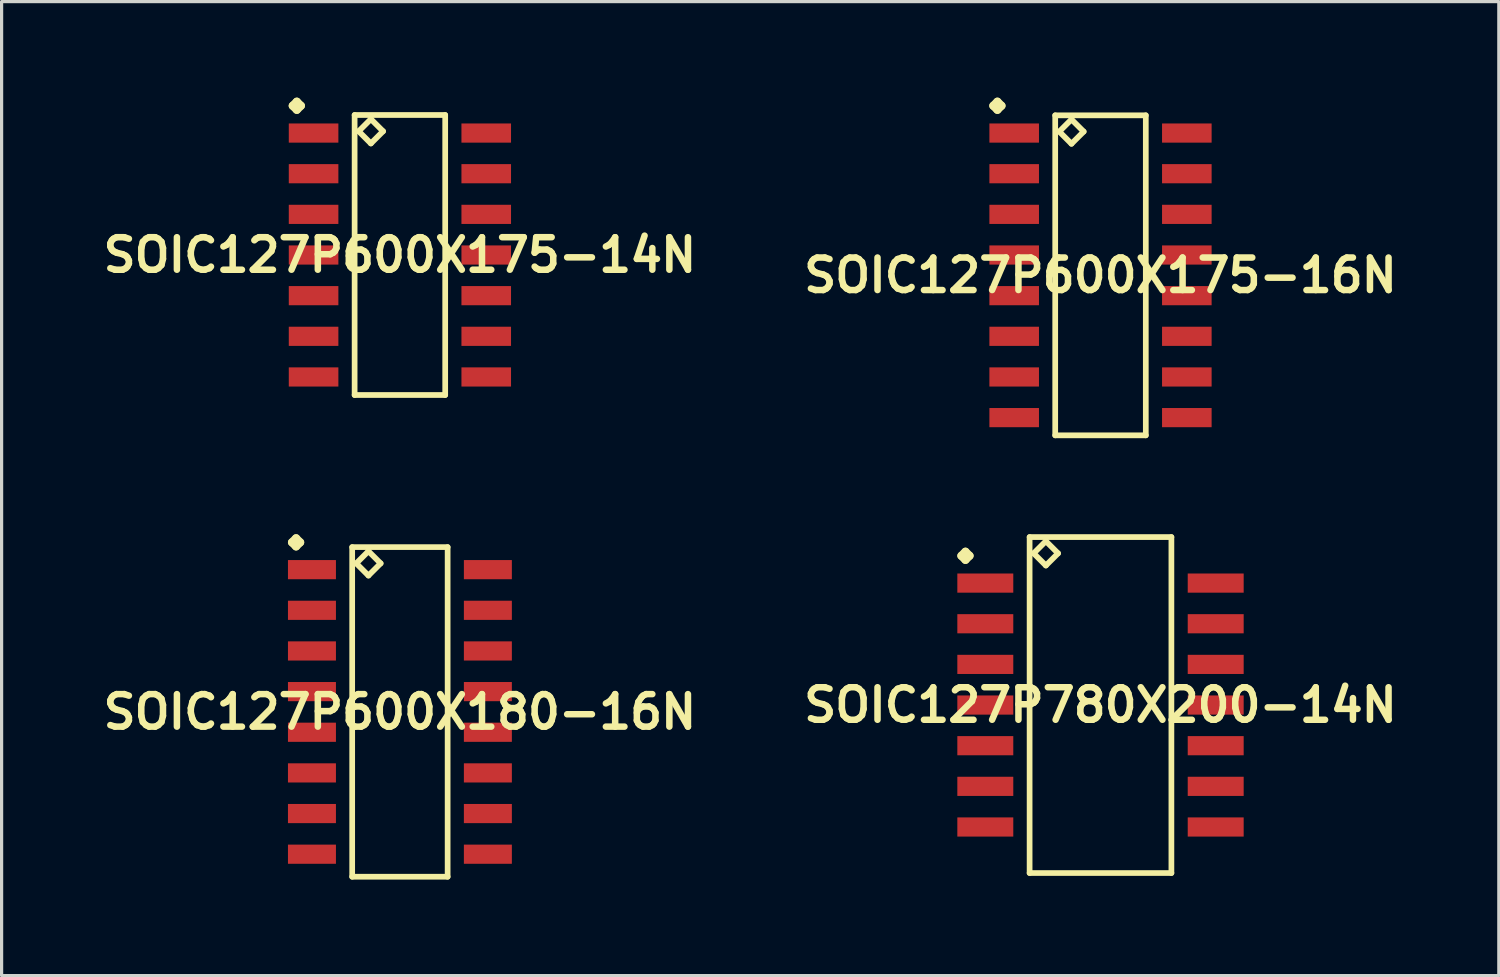
<source format=kicad_pcb>
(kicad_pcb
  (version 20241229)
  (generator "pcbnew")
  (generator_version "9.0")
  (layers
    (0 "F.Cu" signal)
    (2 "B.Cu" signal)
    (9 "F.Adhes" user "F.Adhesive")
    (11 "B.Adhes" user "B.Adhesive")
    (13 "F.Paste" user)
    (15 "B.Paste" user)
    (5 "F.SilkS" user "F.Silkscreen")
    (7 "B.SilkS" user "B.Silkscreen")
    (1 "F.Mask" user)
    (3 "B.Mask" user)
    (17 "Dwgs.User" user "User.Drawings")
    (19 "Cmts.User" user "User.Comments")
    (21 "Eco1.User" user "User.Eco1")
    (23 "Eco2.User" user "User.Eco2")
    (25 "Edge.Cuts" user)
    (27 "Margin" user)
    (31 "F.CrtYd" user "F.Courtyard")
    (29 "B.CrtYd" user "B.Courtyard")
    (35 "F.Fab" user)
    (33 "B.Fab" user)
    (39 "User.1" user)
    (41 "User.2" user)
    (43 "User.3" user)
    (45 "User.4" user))
  (footprint "SOIC127P600X180-16N"
    (layer "F.Cu")
    (at 9.444 19.192)
    (property "Reference" "SOIC127P600X180-16N" (at 0 0 0) (layer "F.SilkS") (effects (font (size 1.016 1.016) (thickness 0.203))))
    (attr smd)
    (fp_line (start -3.371 -5.298) (end -3.244 -5.425) (stroke (width 0.254) (type solid)) (layer "F.SilkS"))
    (fp_line (start -3.244 -5.425) (end -3.117 -5.298) (stroke (width 0.254) (type solid)) (layer "F.SilkS"))
    (fp_line (start -3.244 -5.171) (end -3.371 -5.298) (stroke (width 0.254) (type solid)) (layer "F.SilkS"))
    (fp_line (start -3.117 -5.298) (end -3.244 -5.171) (stroke (width 0.254) (type solid)) (layer "F.SilkS"))
    (fp_line (start -1.491 -5.149) (end -1.491 5.149) (stroke (width 0.178) (type solid)) (layer "F.SilkS"))
    (fp_line (start -1.491 5.149) (end 1.491 5.149) (stroke (width 0.178) (type solid)) (layer "F.SilkS"))
    (fp_line (start -1.364 -4.641) (end -0.983 -5.022) (stroke (width 0.178) (type solid)) (layer "F.SilkS"))
    (fp_line (start -0.983 -5.022) (end -0.602 -4.641) (stroke (width 0.178) (type solid)) (layer "F.SilkS"))
    (fp_line (start -0.983 -4.26) (end -1.364 -4.641) (stroke (width 0.178) (type solid)) (layer "F.SilkS"))
    (fp_line (start -0.602 -4.641) (end -0.983 -4.26) (stroke (width 0.178) (type solid)) (layer "F.SilkS"))
    (fp_line (start 1.491 -5.149) (end -1.491 -5.149) (stroke (width 0.178) (type solid)) (layer "F.SilkS"))
    (fp_line (start 1.491 5.149) (end 1.491 -5.149) (stroke (width 0.178) (type solid)) (layer "F.SilkS"))
    (pad "1" smd rect (at -2.748 -4.445) (size 1.499 0.599) (layers "F.Cu" "F.Mask" "F.Paste"))
    (pad "2" smd rect (at -2.748 -3.175) (size 1.499 0.599) (layers "F.Cu" "F.Mask" "F.Paste"))
    (pad "3" smd rect (at -2.748 -1.905) (size 1.499 0.599) (layers "F.Cu" "F.Mask" "F.Paste"))
    (pad "4" smd rect (at -2.748 -0.635) (size 1.499 0.599) (layers "F.Cu" "F.Mask" "F.Paste"))
    (pad "5" smd rect (at -2.748 0.635) (size 1.499 0.599) (layers "F.Cu" "F.Mask" "F.Paste"))
    (pad "6" smd rect (at -2.748 1.905) (size 1.499 0.599) (layers "F.Cu" "F.Mask" "F.Paste"))
    (pad "7" smd rect (at -2.748 3.175) (size 1.499 0.599) (layers "F.Cu" "F.Mask" "F.Paste"))
    (pad "8" smd rect (at -2.748 4.445) (size 1.499 0.599) (layers "F.Cu" "F.Mask" "F.Paste"))
    (pad "9" smd rect (at 2.748 4.445) (size 1.499 0.599) (layers "F.Cu" "F.Mask" "F.Paste"))
    (pad "10" smd rect (at 2.748 3.175) (size 1.499 0.599) (layers "F.Cu" "F.Mask" "F.Paste"))
    (pad "11" smd rect (at 2.748 1.905) (size 1.499 0.599) (layers "F.Cu" "F.Mask" "F.Paste"))
    (pad "12" smd rect (at 2.748 0.635) (size 1.499 0.599) (layers "F.Cu" "F.Mask" "F.Paste"))
    (pad "13" smd rect (at 2.748 -0.635) (size 1.499 0.599) (layers "F.Cu" "F.Mask" "F.Paste"))
    (pad "14" smd rect (at 2.748 -1.905) (size 1.499 0.599) (layers "F.Cu" "F.Mask" "F.Paste"))
    (pad "15" smd rect (at 2.748 -3.175) (size 1.499 0.599) (layers "F.Cu" "F.Mask" "F.Paste"))
    (pad "16" smd rect (at 2.748 -4.445) (size 1.499 0.599) (layers "F.Cu" "F.Mask" "F.Paste")))
  (footprint "SOIC127P780X200-14N"
    (layer "F.Cu")
    (at 31.332 18.977)
    (property "Reference" "SOIC127P780X200-14N" (at 0 0 0) (layer "F.SilkS") (effects (font (size 1.016 1.016) (thickness 0.203))))
    (attr smd)
    (fp_line (start -4.346 -4.663) (end -4.219 -4.79) (stroke (width 0.254) (type solid)) (layer "F.SilkS"))
    (fp_line (start -4.219 -4.79) (end -4.092 -4.663) (stroke (width 0.254) (type solid)) (layer "F.SilkS"))
    (fp_line (start -4.219 -4.536) (end -4.346 -4.663) (stroke (width 0.254) (type solid)) (layer "F.SilkS"))
    (fp_line (start -4.092 -4.663) (end -4.219 -4.536) (stroke (width 0.254) (type solid)) (layer "F.SilkS"))
    (fp_line (start -2.215 -5.248) (end -2.215 5.248) (stroke (width 0.178) (type solid)) (layer "F.SilkS"))
    (fp_line (start -2.215 5.248) (end 2.215 5.248) (stroke (width 0.178) (type solid)) (layer "F.SilkS"))
    (fp_line (start -2.088 -4.74) (end -1.707 -5.121) (stroke (width 0.178) (type solid)) (layer "F.SilkS"))
    (fp_line (start -1.707 -5.121) (end -1.326 -4.74) (stroke (width 0.178) (type solid)) (layer "F.SilkS"))
    (fp_line (start -1.707 -4.359) (end -2.088 -4.74) (stroke (width 0.178) (type solid)) (layer "F.SilkS"))
    (fp_line (start -1.326 -4.74) (end -1.707 -4.359) (stroke (width 0.178) (type solid)) (layer "F.SilkS"))
    (fp_line (start 2.215 -5.248) (end -2.215 -5.248) (stroke (width 0.178) (type solid)) (layer "F.SilkS"))
    (fp_line (start 2.215 5.248) (end 2.215 -5.248) (stroke (width 0.178) (type solid)) (layer "F.SilkS"))
    (pad "1" smd rect (at -3.599 -3.81) (size 1.748 0.599) (layers "F.Cu" "F.Mask" "F.Paste"))
    (pad "2" smd rect (at -3.599 -2.54) (size 1.748 0.599) (layers "F.Cu" "F.Mask" "F.Paste"))
    (pad "3" smd rect (at -3.599 -1.27) (size 1.748 0.599) (layers "F.Cu" "F.Mask" "F.Paste"))
    (pad "4" smd rect (at -3.599 0) (size 1.748 0.599) (layers "F.Cu" "F.Mask" "F.Paste"))
    (pad "5" smd rect (at -3.599 1.27) (size 1.748 0.599) (layers "F.Cu" "F.Mask" "F.Paste"))
    (pad "6" smd rect (at -3.599 2.54) (size 1.748 0.599) (layers "F.Cu" "F.Mask" "F.Paste"))
    (pad "7" smd rect (at -3.599 3.81) (size 1.748 0.599) (layers "F.Cu" "F.Mask" "F.Paste"))
    (pad "8" smd rect (at 3.599 3.81) (size 1.748 0.599) (layers "F.Cu" "F.Mask" "F.Paste"))
    (pad "9" smd rect (at 3.599 2.54) (size 1.748 0.599) (layers "F.Cu" "F.Mask" "F.Paste"))
    (pad "10" smd rect (at 3.599 1.27) (size 1.748 0.599) (layers "F.Cu" "F.Mask" "F.Paste"))
    (pad "11" smd rect (at 3.599 0) (size 1.748 0.599) (layers "F.Cu" "F.Mask" "F.Paste"))
    (pad "12" smd rect (at 3.599 -1.27) (size 1.748 0.599) (layers "F.Cu" "F.Mask" "F.Paste"))
    (pad "13" smd rect (at 3.599 -2.54) (size 1.748 0.599) (layers "F.Cu" "F.Mask" "F.Paste"))
    (pad "14" smd rect (at 3.599 -3.81) (size 1.748 0.599) (layers "F.Cu" "F.Mask" "F.Paste")))
  (footprint "SOIC127P600X175-16N"
    (layer "F.Cu")
    (at 31.332 5.552)
    (property "Reference" "SOIC127P600X175-16N" (at 0 0 0) (layer "F.SilkS") (effects (font (size 1.016 1.016) (thickness 0.203))))
    (attr smd)
    (fp_line (start -3.348 -5.298) (end -3.221 -5.425) (stroke (width 0.254) (type solid)) (layer "F.SilkS"))
    (fp_line (start -3.221 -5.425) (end -3.094 -5.298) (stroke (width 0.254) (type solid)) (layer "F.SilkS"))
    (fp_line (start -3.221 -5.171) (end -3.348 -5.298) (stroke (width 0.254) (type solid)) (layer "F.SilkS"))
    (fp_line (start -3.094 -5.298) (end -3.221 -5.171) (stroke (width 0.254) (type solid)) (layer "F.SilkS"))
    (fp_line (start -1.415 -4.999) (end -1.415 4.999) (stroke (width 0.178) (type solid)) (layer "F.SilkS"))
    (fp_line (start -1.415 4.999) (end 1.415 4.999) (stroke (width 0.178) (type solid)) (layer "F.SilkS"))
    (fp_line (start -1.288 -4.491) (end -0.907 -4.872) (stroke (width 0.178) (type solid)) (layer "F.SilkS"))
    (fp_line (start -0.907 -4.872) (end -0.526 -4.491) (stroke (width 0.178) (type solid)) (layer "F.SilkS"))
    (fp_line (start -0.907 -4.11) (end -1.288 -4.491) (stroke (width 0.178) (type solid)) (layer "F.SilkS"))
    (fp_line (start -0.526 -4.491) (end -0.907 -4.11) (stroke (width 0.178) (type solid)) (layer "F.SilkS"))
    (fp_line (start 1.415 -4.999) (end -1.415 -4.999) (stroke (width 0.178) (type solid)) (layer "F.SilkS"))
    (fp_line (start 1.415 4.999) (end 1.415 -4.999) (stroke (width 0.178) (type solid)) (layer "F.SilkS"))
    (pad "1" smd rect (at -2.697 -4.445) (size 1.549 0.599) (layers "F.Cu" "F.Mask" "F.Paste"))
    (pad "2" smd rect (at -2.697 -3.175) (size 1.549 0.599) (layers "F.Cu" "F.Mask" "F.Paste"))
    (pad "3" smd rect (at -2.697 -1.905) (size 1.549 0.599) (layers "F.Cu" "F.Mask" "F.Paste"))
    (pad "4" smd rect (at -2.697 -0.635) (size 1.549 0.599) (layers "F.Cu" "F.Mask" "F.Paste"))
    (pad "5" smd rect (at -2.697 0.635) (size 1.549 0.599) (layers "F.Cu" "F.Mask" "F.Paste"))
    (pad "6" smd rect (at -2.697 1.905) (size 1.549 0.599) (layers "F.Cu" "F.Mask" "F.Paste"))
    (pad "7" smd rect (at -2.697 3.175) (size 1.549 0.599) (layers "F.Cu" "F.Mask" "F.Paste"))
    (pad "8" smd rect (at -2.697 4.445) (size 1.549 0.599) (layers "F.Cu" "F.Mask" "F.Paste"))
    (pad "9" smd rect (at 2.697 4.445) (size 1.549 0.599) (layers "F.Cu" "F.Mask" "F.Paste"))
    (pad "10" smd rect (at 2.697 3.175) (size 1.549 0.599) (layers "F.Cu" "F.Mask" "F.Paste"))
    (pad "11" smd rect (at 2.697 1.905) (size 1.549 0.599) (layers "F.Cu" "F.Mask" "F.Paste"))
    (pad "12" smd rect (at 2.697 0.635) (size 1.549 0.599) (layers "F.Cu" "F.Mask" "F.Paste"))
    (pad "13" smd rect (at 2.697 -0.635) (size 1.549 0.599) (layers "F.Cu" "F.Mask" "F.Paste"))
    (pad "14" smd rect (at 2.697 -1.905) (size 1.549 0.599) (layers "F.Cu" "F.Mask" "F.Paste"))
    (pad "15" smd rect (at 2.697 -3.175) (size 1.549 0.599) (layers "F.Cu" "F.Mask" "F.Paste"))
    (pad "16" smd rect (at 2.697 -4.445) (size 1.549 0.599) (layers "F.Cu" "F.Mask" "F.Paste")))
  (footprint "SOIC127P600X175-14N"
    (layer "F.Cu")
    (at 9.444 4.917)
    (property "Reference" "SOIC127P600X175-14N" (at 0 0 0) (layer "F.SilkS") (effects (font (size 1.016 1.016) (thickness 0.203))))
    (attr smd)
    (fp_line (start -3.348 -4.663) (end -3.221 -4.79) (stroke (width 0.254) (type solid)) (layer "F.SilkS"))
    (fp_line (start -3.221 -4.79) (end -3.094 -4.663) (stroke (width 0.254) (type solid)) (layer "F.SilkS"))
    (fp_line (start -3.221 -4.536) (end -3.348 -4.663) (stroke (width 0.254) (type solid)) (layer "F.SilkS"))
    (fp_line (start -3.094 -4.663) (end -3.221 -4.536) (stroke (width 0.254) (type solid)) (layer "F.SilkS"))
    (fp_line (start -1.415 -4.374) (end -1.415 4.374) (stroke (width 0.178) (type solid)) (layer "F.SilkS"))
    (fp_line (start -1.415 4.374) (end 1.415 4.374) (stroke (width 0.178) (type solid)) (layer "F.SilkS"))
    (fp_line (start -1.288 -3.866) (end -0.907 -4.247) (stroke (width 0.178) (type solid)) (layer "F.SilkS"))
    (fp_line (start -0.907 -4.247) (end -0.526 -3.866) (stroke (width 0.178) (type solid)) (layer "F.SilkS"))
    (fp_line (start -0.907 -3.485) (end -1.288 -3.866) (stroke (width 0.178) (type solid)) (layer "F.SilkS"))
    (fp_line (start -0.526 -3.866) (end -0.907 -3.485) (stroke (width 0.178) (type solid)) (layer "F.SilkS"))
    (fp_line (start 1.415 -4.374) (end -1.415 -4.374) (stroke (width 0.178) (type solid)) (layer "F.SilkS"))
    (fp_line (start 1.415 4.374) (end 1.415 -4.374) (stroke (width 0.178) (type solid)) (layer "F.SilkS"))
    (pad "1" smd rect (at -2.697 -3.81) (size 1.549 0.599) (layers "F.Cu" "F.Mask" "F.Paste"))
    (pad "2" smd rect (at -2.697 -2.54) (size 1.549 0.599) (layers "F.Cu" "F.Mask" "F.Paste"))
    (pad "3" smd rect (at -2.697 -1.27) (size 1.549 0.599) (layers "F.Cu" "F.Mask" "F.Paste"))
    (pad "4" smd rect (at -2.697 0) (size 1.549 0.599) (layers "F.Cu" "F.Mask" "F.Paste"))
    (pad "5" smd rect (at -2.697 1.27) (size 1.549 0.599) (layers "F.Cu" "F.Mask" "F.Paste"))
    (pad "6" smd rect (at -2.697 2.54) (size 1.549 0.599) (layers "F.Cu" "F.Mask" "F.Paste"))
    (pad "7" smd rect (at -2.697 3.81) (size 1.549 0.599) (layers "F.Cu" "F.Mask" "F.Paste"))
    (pad "8" smd rect (at 2.697 3.81) (size 1.549 0.599) (layers "F.Cu" "F.Mask" "F.Paste"))
    (pad "9" smd rect (at 2.697 2.54) (size 1.549 0.599) (layers "F.Cu" "F.Mask" "F.Paste"))
    (pad "10" smd rect (at 2.697 1.27) (size 1.549 0.599) (layers "F.Cu" "F.Mask" "F.Paste"))
    (pad "11" smd rect (at 2.697 0) (size 1.549 0.599) (layers "F.Cu" "F.Mask" "F.Paste"))
    (pad "12" smd rect (at 2.697 -1.27) (size 1.549 0.599) (layers "F.Cu" "F.Mask" "F.Paste"))
    (pad "13" smd rect (at 2.697 -2.54) (size 1.549 0.599) (layers "F.Cu" "F.Mask" "F.Paste"))
    (pad "14" smd rect (at 2.697 -3.81) (size 1.549 0.599) (layers "F.Cu" "F.Mask" "F.Paste")))
  (gr_rect
    (start -3 -3)
    (end 43.776 27.43)
    (stroke (width 0.1) (type default))
    (fill no)
    (layer "Edge.Cuts")))
</source>
